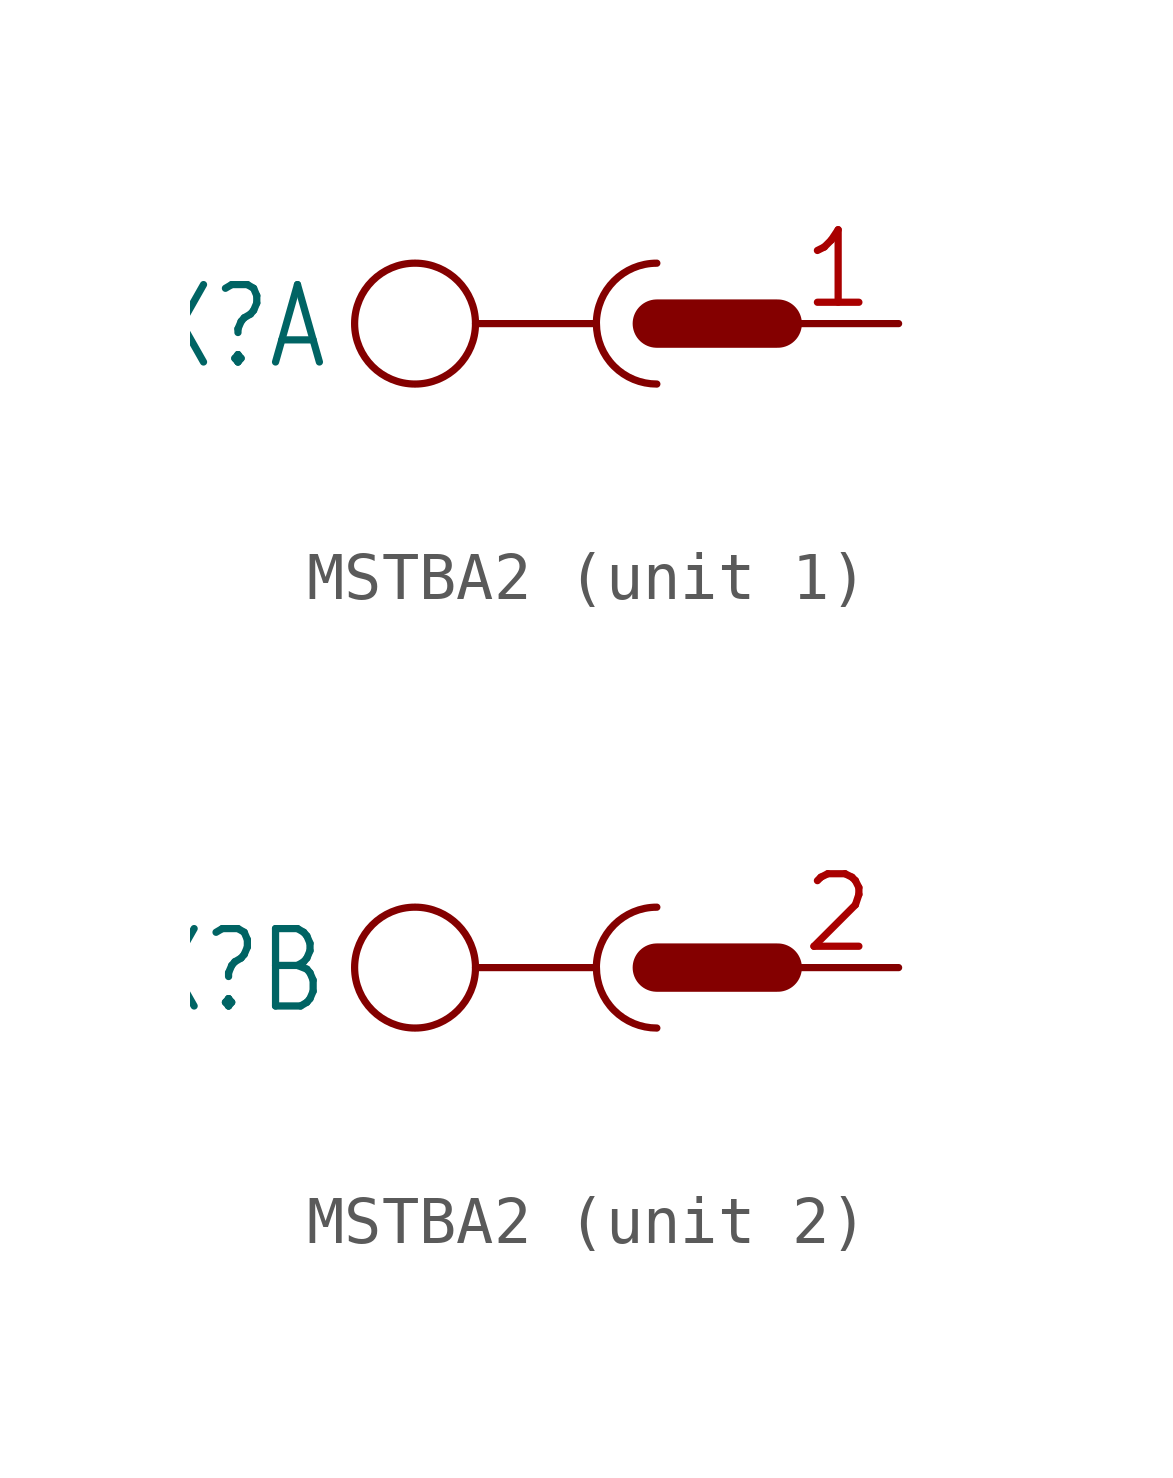
<source format=kicad_sym>
(kicad_symbol_lib
  (version 20241209)
  (generator "kicad_symbol_editor")
  (generator_version "9.0")
  (symbol "MSTBA2"
    (property "Reference" "X"
      (at -6.858 0.889 0)
      (effects (font (size 1.626 1.382)) (justify right top)))
    (property "Value" ""
      (at -7.62 -3.81 0)
      (effects (font (size 1.626 1.382)) (justify left bottom)))
    (property "ki_locked" ""
      (at 0 0 0)
      (effects (font (size 1.27 1.27))))
    (symbol "MSTBA2_1_0"
      (circle (center -5.08 0) (radius 1.27) (stroke (width 0.152) (type solid)) (fill (type none)))
      (polyline (pts (xy -3.81 0) (xy -1.27 0)) (stroke (width 0.152) (type solid)) (fill (type none)))
      (arc (start -1.27 0) (mid -0.898 0.898) (end 0 1.27) (stroke (width 0.1524) (type solid)) (fill (type none)))
      (polyline (pts (xy 0 0) (xy 2.54 0)) (stroke (width 1.016) (type solid)) (fill (type none)))
      (arc (start 0 -1.27) (mid -0.898 -0.898) (end -1.27 0) (stroke (width 0.1524) (type solid)) (fill (type none)))
      (pin passive line (at 5.08 0 180) (length 2.54) (name "1" (effects (font (size 0 0)))) (number "1" (effects (font (size 1.524 1.524))))))
    (symbol "MSTBA2_2_0"
      (circle (center -5.08 0) (radius 1.27) (stroke (width 0.152) (type solid)) (fill (type none)))
      (polyline (pts (xy -3.81 0) (xy -1.27 0)) (stroke (width 0.152) (type solid)) (fill (type none)))
      (arc (start -1.27 0) (mid -0.898 0.898) (end 0 1.27) (stroke (width 0.1524) (type solid)) (fill (type none)))
      (polyline (pts (xy 0 0) (xy 2.54 0)) (stroke (width 1.016) (type solid)) (fill (type none)))
      (arc (start 0 -1.27) (mid -0.898 -0.898) (end -1.27 0) (stroke (width 0.1524) (type solid)) (fill (type none)))
      (pin passive line (at 5.08 0 180) (length 2.54) (name "1" (effects (font (size 0 0)))) (number "2" (effects (font (size 1.524 1.524))))))))
</source>
